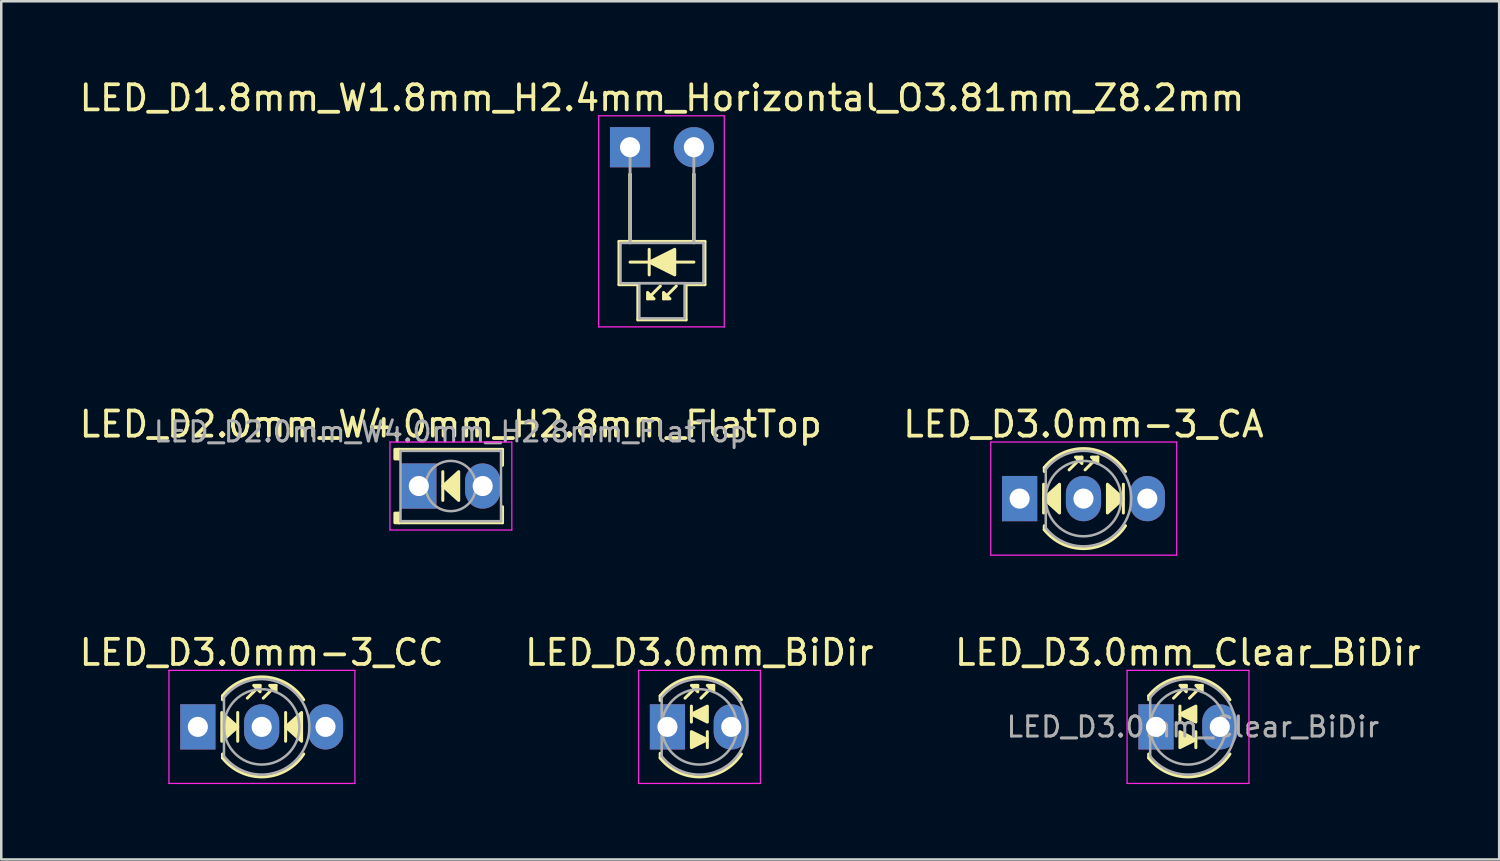
<source format=kicad_pcb>
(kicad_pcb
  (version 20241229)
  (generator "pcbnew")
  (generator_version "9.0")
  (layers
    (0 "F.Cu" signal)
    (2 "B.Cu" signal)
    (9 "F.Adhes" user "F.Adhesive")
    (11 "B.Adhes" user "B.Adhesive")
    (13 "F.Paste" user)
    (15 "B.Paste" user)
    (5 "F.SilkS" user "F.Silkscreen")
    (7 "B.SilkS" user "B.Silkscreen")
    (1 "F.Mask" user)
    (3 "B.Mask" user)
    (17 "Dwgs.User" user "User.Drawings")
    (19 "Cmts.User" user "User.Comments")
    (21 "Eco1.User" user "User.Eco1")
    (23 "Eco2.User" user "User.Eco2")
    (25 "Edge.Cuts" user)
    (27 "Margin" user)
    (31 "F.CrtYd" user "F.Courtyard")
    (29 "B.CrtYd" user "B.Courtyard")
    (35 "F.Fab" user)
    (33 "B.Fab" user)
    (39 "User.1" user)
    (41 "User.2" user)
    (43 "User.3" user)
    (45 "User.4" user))
  (footprint "LED_D3.0mm_BiDir"
    (layer "F.Cu")
    (at 23.51 25.875)
    (property "Reference" "LED_D3.0mm_BiDir" (at 1.27 -2.96 0) (layer "F.SilkS") (effects (font (size 1 1) (thickness 0.15))))
    (fp_line (start -0.29 -1.236) (end -0.29 -1.05) (stroke (width 0.12) (type solid)) (layer "F.SilkS"))
    (fp_line (start -0.29 1.05) (end -0.29 1.236) (stroke (width 0.12) (type solid)) (layer "F.SilkS"))
    (fp_line (start 0.699 -1.143) (end 1.206 -1.651) (stroke (width 0.12) (type solid)) (layer "F.SilkS"))
    (fp_line (start 0.953 -0.826) (end 0.953 -0.191) (stroke (width 0.12) (type solid)) (layer "F.SilkS"))
    (fp_line (start 1.333 -1.143) (end 1.841 -1.651) (stroke (width 0.12) (type solid)) (layer "F.SilkS"))
    (fp_line (start 1.587 0.826) (end 1.587 0.191) (stroke (width 0.12) (type solid)) (layer "F.SilkS"))
    (fp_arc (start -0.29 -1.235516) (mid 1.366487 -1.987659) (end 2.942335 -1.078608) (stroke (width 0.12) (type solid)) (layer "F.SilkS"))
    (fp_arc (start 2.942335 1.078608) (mid 1.366487 1.987659) (end -0.29 1.235516) (stroke (width 0.12) (type solid)) (layer "F.SilkS"))
    (fp_poly (pts (xy 0.953 0.191) (xy 1.587 0.508) (xy 0.953 0.826)) (stroke (width 0.12) (type solid)) (fill yes) (layer "F.SilkS"))
    (fp_poly (pts (xy 1.206 -1.397) (xy 0.953 -1.651) (xy 1.206 -1.651)) (stroke (width 0.12) (type solid)) (fill yes) (layer "F.SilkS"))
    (fp_poly (pts (xy 1.587 -0.191) (xy 0.953 -0.508) (xy 1.587 -0.826)) (stroke (width 0.12) (type solid)) (fill yes) (layer "F.SilkS"))
    (fp_poly (pts (xy 1.841 -1.397) (xy 1.587 -1.651) (xy 1.841 -1.651)) (stroke (width 0.12) (type solid)) (fill yes) (layer "F.SilkS"))
    (fp_line (start -1.15 -2.25) (end -1.15 2.25) (stroke (width 0.05) (type solid)) (layer "F.CrtYd"))
    (fp_line (start -1.15 2.25) (end 3.7 2.25) (stroke (width 0.05) (type solid)) (layer "F.CrtYd"))
    (fp_line (start 3.7 -2.25) (end -1.15 -2.25) (stroke (width 0.05) (type solid)) (layer "F.CrtYd"))
    (fp_line (start 3.7 2.25) (end 3.7 -2.25) (stroke (width 0.05) (type solid)) (layer "F.CrtYd"))
    (fp_line (start -0.23 -1.166) (end -0.23 1.166) (stroke (width 0.1) (type solid)) (layer "F.Fab"))
    (fp_arc (start -0.23 -1.16619) (mid 3.17 0.000452) (end -0.230555 1.165476) (stroke (width 0.1) (type solid)) (layer "F.Fab"))
    (fp_circle (center 1.27 0) (end 2.77 0) (stroke (width 0.1) (type solid)) (fill no) (layer "F.Fab"))
    (pad "1" thru_hole rect (at 0 0) (size 1.4 1.8) (drill 0.8) (layers "*.Cu" "*.Mask"))
    (pad "2" thru_hole oval (at 2.54 0) (size 1.4 1.8) (drill 0.8) (layers "*.Cu" "*.Mask")))
  (footprint "LED_D3.0mm_Clear_BiDir"
    (layer "F.Cu")
    (at 42.95 25.875)
    (property "Reference" "LED_D3.0mm_Clear_BiDir" (at 1.27 -2.96 0) (layer "F.SilkS") (effects (font (size 1 1) (thickness 0.15))))
    (fp_line (start -0.29 -1.236) (end -0.29 -1.08) (stroke (width 0.12) (type solid)) (layer "F.SilkS"))
    (fp_line (start -0.29 1.08) (end -0.29 1.236) (stroke (width 0.12) (type solid)) (layer "F.SilkS"))
    (fp_line (start 0.699 -1.143) (end 1.206 -1.651) (stroke (width 0.12) (type solid)) (layer "F.SilkS"))
    (fp_line (start 0.953 -0.826) (end 0.953 -0.191) (stroke (width 0.12) (type solid)) (layer "F.SilkS"))
    (fp_line (start 1.333 -1.143) (end 1.841 -1.651) (stroke (width 0.12) (type solid)) (layer "F.SilkS"))
    (fp_line (start 1.587 0.826) (end 1.587 0.191) (stroke (width 0.12) (type solid)) (layer "F.SilkS"))
    (fp_arc (start -0.29 -1.235516) (mid 1.366487 -1.987659) (end 2.942335 -1.078608) (stroke (width 0.12) (type solid)) (layer "F.SilkS"))
    (fp_arc (start 2.942335 1.078608) (mid 1.366487 1.987659) (end -0.29 1.235516) (stroke (width 0.12) (type solid)) (layer "F.SilkS"))
    (fp_poly (pts (xy 0.953 0.191) (xy 1.587 0.508) (xy 0.953 0.826)) (stroke (width 0.12) (type solid)) (fill yes) (layer "F.SilkS"))
    (fp_poly (pts (xy 1.206 -1.397) (xy 0.953 -1.651) (xy 1.206 -1.651)) (stroke (width 0.12) (type solid)) (fill yes) (layer "F.SilkS"))
    (fp_poly (pts (xy 1.587 -0.191) (xy 0.953 -0.508) (xy 1.587 -0.826)) (stroke (width 0.12) (type solid)) (fill yes) (layer "F.SilkS"))
    (fp_poly (pts (xy 1.841 -1.397) (xy 1.587 -1.651) (xy 1.841 -1.651)) (stroke (width 0.12) (type solid)) (fill yes) (layer "F.SilkS"))
    (fp_line (start -1.15 -2.25) (end -1.15 2.25) (stroke (width 0.05) (type solid)) (layer "F.CrtYd"))
    (fp_line (start -1.15 2.25) (end 3.7 2.25) (stroke (width 0.05) (type solid)) (layer "F.CrtYd"))
    (fp_line (start 3.7 -2.25) (end -1.15 -2.25) (stroke (width 0.05) (type solid)) (layer "F.CrtYd"))
    (fp_line (start 3.7 2.25) (end 3.7 -2.25) (stroke (width 0.05) (type solid)) (layer "F.CrtYd"))
    (fp_line (start -0.23 -1.166) (end -0.23 1.166) (stroke (width 0.1) (type solid)) (layer "F.Fab"))
    (fp_arc (start -0.23 -1.16619) (mid 3.17 0.000452) (end -0.230555 1.165476) (stroke (width 0.1) (type solid)) (layer "F.Fab"))
    (fp_circle (center 1.27 0) (end 2.77 0) (stroke (width 0.1) (type solid)) (fill no) (layer "F.Fab"))
    (fp_text user "${REFERENCE}" (at 1.47 0 0) (layer "F.Fab") (effects (font (size 0.8 0.8) (thickness 0.12))))
    (pad "1" thru_hole rect (at 0 0) (size 1.4 1.8) (drill 0.8) (layers "*.Cu" "*.Mask"))
    (pad "2" thru_hole oval (at 2.54 0) (size 1.4 1.8) (drill 0.8) (layers "*.Cu" "*.Mask")))
  (footprint "LED_D3.0mm-3_CC"
    (layer "F.Cu")
    (at 4.823 25.875)
    (property "Reference" "LED_D3.0mm-3_CC" (at 2.54 -2.96 0) (layer "F.SilkS") (effects (font (size 1 1) (thickness 0.15))))
    (fp_line (start 0.98 -1.236) (end 0.98 -1.08) (stroke (width 0.12) (type solid)) (layer "F.SilkS"))
    (fp_line (start 0.98 1.08) (end 0.98 1.236) (stroke (width 0.12) (type solid)) (layer "F.SilkS"))
    (fp_line (start 1.587 0.572) (end 1.587 -0.572) (stroke (width 0.12) (type solid)) (layer "F.SilkS"))
    (fp_line (start 1.968 -1.143) (end 2.477 -1.651) (stroke (width 0.12) (type solid)) (layer "F.SilkS"))
    (fp_line (start 2.603 -1.143) (end 3.111 -1.651) (stroke (width 0.12) (type solid)) (layer "F.SilkS"))
    (fp_line (start 3.493 -0.572) (end 3.493 0.572) (stroke (width 0.12) (type solid)) (layer "F.SilkS"))
    (fp_arc (start 0.98 -1.235516) (mid 2.636487 -1.987659) (end 4.212335 -1.078608) (stroke (width 0.12) (type solid)) (layer "F.SilkS"))
    (fp_arc (start 4.212335 1.078608) (mid 2.636487 1.987659) (end 0.98 1.235516) (stroke (width 0.12) (type solid)) (layer "F.SilkS"))
    (fp_poly (pts (xy 0.953 -0.572) (xy 1.587 0) (xy 0.953 0.572)) (stroke (width 0.12) (type solid)) (fill yes) (layer "F.SilkS"))
    (fp_poly (pts (xy 2.477 -1.397) (xy 2.223 -1.651) (xy 2.477 -1.651)) (stroke (width 0.12) (type solid)) (fill yes) (layer "F.SilkS"))
    (fp_poly (pts (xy 3.111 -1.397) (xy 2.857 -1.651) (xy 3.111 -1.651)) (stroke (width 0.12) (type solid)) (fill yes) (layer "F.SilkS"))
    (fp_poly (pts (xy 4.128 0.572) (xy 3.493 0) (xy 4.128 -0.572)) (stroke (width 0.12) (type solid)) (fill yes) (layer "F.SilkS"))
    (fp_line (start -1.15 -2.25) (end -1.15 2.25) (stroke (width 0.05) (type solid)) (layer "F.CrtYd"))
    (fp_line (start -1.15 2.25) (end 6.25 2.25) (stroke (width 0.05) (type solid)) (layer "F.CrtYd"))
    (fp_line (start 6.25 -2.25) (end -1.15 -2.25) (stroke (width 0.05) (type solid)) (layer "F.CrtYd"))
    (fp_line (start 6.25 2.25) (end 6.25 -2.25) (stroke (width 0.05) (type solid)) (layer "F.CrtYd"))
    (fp_line (start 1.04 -1.166) (end 1.04 1.166) (stroke (width 0.1) (type solid)) (layer "F.Fab"))
    (fp_arc (start 1.04 -1.16619) (mid 4.44 0.000452) (end 1.039445 1.165476) (stroke (width 0.1) (type solid)) (layer "F.Fab"))
    (fp_circle (center 2.54 0) (end 4.04 0) (stroke (width 0.1) (type solid)) (fill no) (layer "F.Fab"))
    (pad "1" thru_hole rect (at 0 0) (size 1.4 1.8) (drill 0.8) (layers "*.Cu" "*.Mask"))
    (pad "2" thru_hole oval (at 2.54 0) (size 1.4 1.8) (drill 0.8) (layers "*.Cu" "*.Mask"))
    (pad "3" thru_hole oval (at 5.08 0) (size 1.4 1.8) (drill 0.8) (layers "*.Cu" "*.Mask")))
  (footprint "LED_D2.0mm_W4.0mm_H2.8mm_FlatTop"
    (layer "F.Cu")
    (at 13.617 16.291)
    (property "Reference" "LED_D2.0mm_W4.0mm_H2.8mm_FlatTop" (at 1.27 -2.46 0) (layer "F.SilkS") (effects (font (size 1 1) (thickness 0.15))))
    (fp_line (start -0.79 -1.46) (end -0.79 -1.08) (stroke (width 0.12) (type solid)) (layer "F.SilkS"))
    (fp_line (start -0.79 -1.46) (end 3.33 -1.46) (stroke (width 0.12) (type solid)) (layer "F.SilkS"))
    (fp_line (start -0.79 1.08) (end -0.79 1.46) (stroke (width 0.12) (type solid)) (layer "F.SilkS"))
    (fp_line (start -0.79 1.46) (end 3.33 1.46) (stroke (width 0.12) (type solid)) (layer "F.SilkS"))
    (fp_line (start 0.953 -0.572) (end 0.953 0.572) (stroke (width 0.12) (type solid)) (layer "F.SilkS"))
    (fp_line (start 3.33 -1.46) (end 3.33 -0.825) (stroke (width 0.12) (type solid)) (layer "F.SilkS"))
    (fp_line (start 3.33 0.825) (end 3.33 1.46) (stroke (width 0.12) (type solid)) (layer "F.SilkS"))
    (fp_rect (start -0.953 -1.46) (end -0.79 -1.079) (stroke (width 0.12) (type solid)) (fill yes) (layer "F.SilkS"))
    (fp_rect (start -0.953 1.079) (end -0.79 1.46) (stroke (width 0.12) (type solid)) (fill yes) (layer "F.SilkS"))
    (fp_poly (pts (xy 1.587 0.572) (xy 0.953 0) (xy 1.587 -0.572)) (stroke (width 0.12) (type solid)) (fill yes) (layer "F.SilkS"))
    (fp_line (start -1.15 -1.75) (end -1.15 1.75) (stroke (width 0.05) (type solid)) (layer "F.CrtYd"))
    (fp_line (start -1.15 1.75) (end 3.7 1.75) (stroke (width 0.05) (type solid)) (layer "F.CrtYd"))
    (fp_line (start 3.7 -1.75) (end -1.15 -1.75) (stroke (width 0.05) (type solid)) (layer "F.CrtYd"))
    (fp_line (start 3.7 1.75) (end 3.7 -1.75) (stroke (width 0.05) (type solid)) (layer "F.CrtYd"))
    (fp_line (start -0.73 -1.4) (end -0.73 1.4) (stroke (width 0.1) (type solid)) (layer "F.Fab"))
    (fp_line (start -0.73 1.4) (end 3.27 1.4) (stroke (width 0.1) (type solid)) (layer "F.Fab"))
    (fp_line (start 3.27 -1.4) (end -0.73 -1.4) (stroke (width 0.1) (type solid)) (layer "F.Fab"))
    (fp_line (start 3.27 1.4) (end 3.27 -1.4) (stroke (width 0.1) (type solid)) (layer "F.Fab"))
    (fp_circle (center 1.27 0) (end 2.27 0) (stroke (width 0.1) (type solid)) (fill no) (layer "F.Fab"))
    (fp_text user "${REFERENCE}" (at 1.27 -2.159 0) (layer "F.Fab") (effects (font (size 0.8 0.8) (thickness 0.12))))
    (pad "1" thru_hole rect (at 0 0) (size 1.4 1.8) (drill 0.8) (layers "*.Cu" "*.Mask"))
    (pad "2" thru_hole oval (at 2.54 0) (size 1.4 1.8) (drill 0.8) (layers "*.Cu" "*.Mask")))
  (footprint "LED_D1.8mm_W1.8mm_H2.4mm_Horizontal_O3.81mm_Z8.2mm"
    (layer "F.Cu")
    (at 22.022 2.808)
    (property "Reference" "LED_D1.8mm_W1.8mm_H2.4mm_Horizontal_O3.81mm_Z8.2mm" (at 1.27 -1.96 0) (layer "F.SilkS") (effects (font (size 1 1) (thickness 0.15))))
    (fp_line (start -0.44 3.75) (end -0.44 5.47) (stroke (width 0.12) (type solid)) (layer "F.SilkS"))
    (fp_line (start 0 1.08) (end 0 1.08) (stroke (width 0.12) (type solid)) (layer "F.SilkS"))
    (fp_line (start 0 1.08) (end 0 3.75) (stroke (width 0.12) (type solid)) (layer "F.SilkS"))
    (fp_line (start 0 3.75) (end 0 1.08) (stroke (width 0.12) (type solid)) (layer "F.SilkS"))
    (fp_line (start 0 3.75) (end 0 3.75) (stroke (width 0.12) (type solid)) (layer "F.SilkS"))
    (fp_line (start 0.31 5.47) (end -0.44 5.47) (stroke (width 0.12) (type solid)) (layer "F.SilkS"))
    (fp_line (start 0.31 5.47) (end 0.31 6.87) (stroke (width 0.12) (type solid)) (layer "F.SilkS"))
    (fp_line (start 0.31 6.87) (end 2.23 6.87) (stroke (width 0.12) (type solid)) (layer "F.SilkS"))
    (fp_line (start 0.762 4.064) (end 0.762 5.08) (stroke (width 0.12) (type solid)) (layer "F.SilkS"))
    (fp_line (start 1.206 5.524) (end 0.699 6.032) (stroke (width 0.12) (type solid)) (layer "F.SilkS"))
    (fp_line (start 1.841 5.524) (end 1.333 6.032) (stroke (width 0.12) (type solid)) (layer "F.SilkS"))
    (fp_line (start 2.23 6.87) (end 2.23 5.47) (stroke (width 0.12) (type solid)) (layer "F.SilkS"))
    (fp_line (start 2.54 1.08) (end 2.54 1.08) (stroke (width 0.12) (type solid)) (layer "F.SilkS"))
    (fp_line (start 2.54 1.08) (end 2.54 3.75) (stroke (width 0.12) (type solid)) (layer "F.SilkS"))
    (fp_line (start 2.54 3.75) (end 2.54 1.08) (stroke (width 0.12) (type solid)) (layer "F.SilkS"))
    (fp_line (start 2.54 3.75) (end 2.54 3.75) (stroke (width 0.12) (type solid)) (layer "F.SilkS"))
    (fp_line (start 2.54 4.572) (end 0 4.572) (stroke (width 0.12) (type solid)) (layer "F.SilkS"))
    (fp_line (start 2.98 3.75) (end -0.44 3.75) (stroke (width 0.12) (type solid)) (layer "F.SilkS"))
    (fp_line (start 2.98 5.47) (end 2.23 5.47) (stroke (width 0.12) (type solid)) (layer "F.SilkS"))
    (fp_line (start 2.98 5.47) (end 2.98 3.75) (stroke (width 0.12) (type solid)) (layer "F.SilkS"))
    (fp_poly (pts (xy 0.699 5.779) (xy 0.953 6.032) (xy 0.699 6.032)) (stroke (width 0.12) (type solid)) (fill yes) (layer "F.SilkS"))
    (fp_poly (pts (xy 1.333 5.779) (xy 1.587 6.032) (xy 1.333 6.032)) (stroke (width 0.12) (type solid)) (fill yes) (layer "F.SilkS"))
    (fp_poly (pts (xy 1.778 5.08) (xy 0.762 4.572) (xy 1.778 4.064)) (stroke (width 0.12) (type solid)) (fill yes) (layer "F.SilkS"))
    (fp_line (start -1.25 -1.25) (end -1.25 7.15) (stroke (width 0.05) (type solid)) (layer "F.CrtYd"))
    (fp_line (start -1.25 7.15) (end 3.75 7.15) (stroke (width 0.05) (type solid)) (layer "F.CrtYd"))
    (fp_line (start 3.75 -1.25) (end -1.25 -1.25) (stroke (width 0.05) (type solid)) (layer "F.CrtYd"))
    (fp_line (start 3.75 7.15) (end 3.75 -1.25) (stroke (width 0.05) (type solid)) (layer "F.CrtYd"))
    (fp_line (start -0.38 3.81) (end -0.38 5.41) (stroke (width 0.1) (type solid)) (layer "F.Fab"))
    (fp_line (start -0.38 5.41) (end 2.92 5.41) (stroke (width 0.1) (type solid)) (layer "F.Fab"))
    (fp_line (start 0 0) (end 0 0) (stroke (width 0.1) (type solid)) (layer "F.Fab"))
    (fp_line (start 0 0) (end 0 3.81) (stroke (width 0.1) (type solid)) (layer "F.Fab"))
    (fp_line (start 0 3.81) (end 0 0) (stroke (width 0.1) (type solid)) (layer "F.Fab"))
    (fp_line (start 0 3.81) (end 0 3.81) (stroke (width 0.1) (type solid)) (layer "F.Fab"))
    (fp_line (start 0.37 5.41) (end 0.37 6.81) (stroke (width 0.1) (type solid)) (layer "F.Fab"))
    (fp_line (start 0.37 6.81) (end 2.17 6.81) (stroke (width 0.1) (type solid)) (layer "F.Fab"))
    (fp_line (start 2.17 5.41) (end 0.37 5.41) (stroke (width 0.1) (type solid)) (layer "F.Fab"))
    (fp_line (start 2.17 6.81) (end 2.17 5.41) (stroke (width 0.1) (type solid)) (layer "F.Fab"))
    (fp_line (start 2.54 0) (end 2.54 0) (stroke (width 0.1) (type solid)) (layer "F.Fab"))
    (fp_line (start 2.54 0) (end 2.54 3.81) (stroke (width 0.1) (type solid)) (layer "F.Fab"))
    (fp_line (start 2.54 3.81) (end 2.54 0) (stroke (width 0.1) (type solid)) (layer "F.Fab"))
    (fp_line (start 2.54 3.81) (end 2.54 3.81) (stroke (width 0.1) (type solid)) (layer "F.Fab"))
    (fp_line (start 2.92 3.81) (end -0.38 3.81) (stroke (width 0.1) (type solid)) (layer "F.Fab"))
    (fp_line (start 2.92 5.41) (end 2.92 3.81) (stroke (width 0.1) (type solid)) (layer "F.Fab"))
    (pad "1" thru_hole rect (at 0 0) (size 1.6 1.6) (drill 0.8) (layers "*.Cu" "*.Mask"))
    (pad "2" thru_hole circle (at 2.54 0) (size 1.6 1.6) (drill 0.8) (layers "*.Cu" "*.Mask")))
  (footprint "LED_D3.0mm-3_CA"
    (layer "F.Cu")
    (at 37.525 16.791)
    (property "Reference" "LED_D3.0mm-3_CA" (at 2.54 -2.96 0) (layer "F.SilkS") (effects (font (size 1 1) (thickness 0.15))))
    (fp_line (start 0.953 -0.572) (end 0.953 0.572) (stroke (width 0.12) (type solid)) (layer "F.SilkS"))
    (fp_line (start 0.98 -1.236) (end 0.98 -1.08) (stroke (width 0.12) (type solid)) (layer "F.SilkS"))
    (fp_line (start 0.98 1.08) (end 0.98 1.236) (stroke (width 0.12) (type solid)) (layer "F.SilkS"))
    (fp_line (start 1.968 -1.143) (end 2.477 -1.651) (stroke (width 0.12) (type solid)) (layer "F.SilkS"))
    (fp_line (start 2.603 -1.143) (end 3.111 -1.651) (stroke (width 0.12) (type solid)) (layer "F.SilkS"))
    (fp_line (start 4.128 0.572) (end 4.128 -0.572) (stroke (width 0.12) (type solid)) (layer "F.SilkS"))
    (fp_arc (start 0.98 -1.235516) (mid 2.636487 -1.987659) (end 4.212335 -1.078608) (stroke (width 0.12) (type solid)) (layer "F.SilkS"))
    (fp_arc (start 4.212335 1.078608) (mid 2.636487 1.987659) (end 0.98 1.235516) (stroke (width 0.12) (type solid)) (layer "F.SilkS"))
    (fp_poly (pts (xy 1.587 0.572) (xy 0.953 0) (xy 1.587 -0.572)) (stroke (width 0.12) (type solid)) (fill yes) (layer "F.SilkS"))
    (fp_poly (pts (xy 2.477 -1.397) (xy 2.223 -1.651) (xy 2.477 -1.651)) (stroke (width 0.12) (type solid)) (fill yes) (layer "F.SilkS"))
    (fp_poly (pts (xy 3.111 -1.397) (xy 2.857 -1.651) (xy 3.111 -1.651)) (stroke (width 0.12) (type solid)) (fill yes) (layer "F.SilkS"))
    (fp_poly (pts (xy 3.493 -0.572) (xy 4.128 0) (xy 3.493 0.572)) (stroke (width 0.12) (type solid)) (fill yes) (layer "F.SilkS"))
    (fp_line (start -1.15 -2.25) (end -1.15 2.25) (stroke (width 0.05) (type solid)) (layer "F.CrtYd"))
    (fp_line (start -1.15 2.25) (end 6.25 2.25) (stroke (width 0.05) (type solid)) (layer "F.CrtYd"))
    (fp_line (start 6.25 -2.25) (end -1.15 -2.25) (stroke (width 0.05) (type solid)) (layer "F.CrtYd"))
    (fp_line (start 6.25 2.25) (end 6.25 -2.25) (stroke (width 0.05) (type solid)) (layer "F.CrtYd"))
    (fp_line (start 1.04 -1.166) (end 1.04 1.166) (stroke (width 0.1) (type solid)) (layer "F.Fab"))
    (fp_arc (start 1.04 -1.16619) (mid 4.44 0.000452) (end 1.039445 1.165476) (stroke (width 0.1) (type solid)) (layer "F.Fab"))
    (fp_circle (center 2.54 0) (end 4.04 0) (stroke (width 0.1) (type solid)) (fill no) (layer "F.Fab"))
    (pad "1" thru_hole rect (at 0 0) (size 1.4 1.8) (drill 0.8) (layers "*.Cu" "*.Mask"))
    (pad "2" thru_hole oval (at 2.54 0) (size 1.4 1.8) (drill 0.8) (layers "*.Cu" "*.Mask"))
    (pad "3" thru_hole oval (at 5.08 0) (size 1.4 1.8) (drill 0.8) (layers "*.Cu" "*.Mask")))
  (gr_rect
    (start -3 -3)
    (end 56.607 31.15)
    (stroke (width 0.1) (type default))
    (fill no)
    (layer "Edge.Cuts")))
</source>
